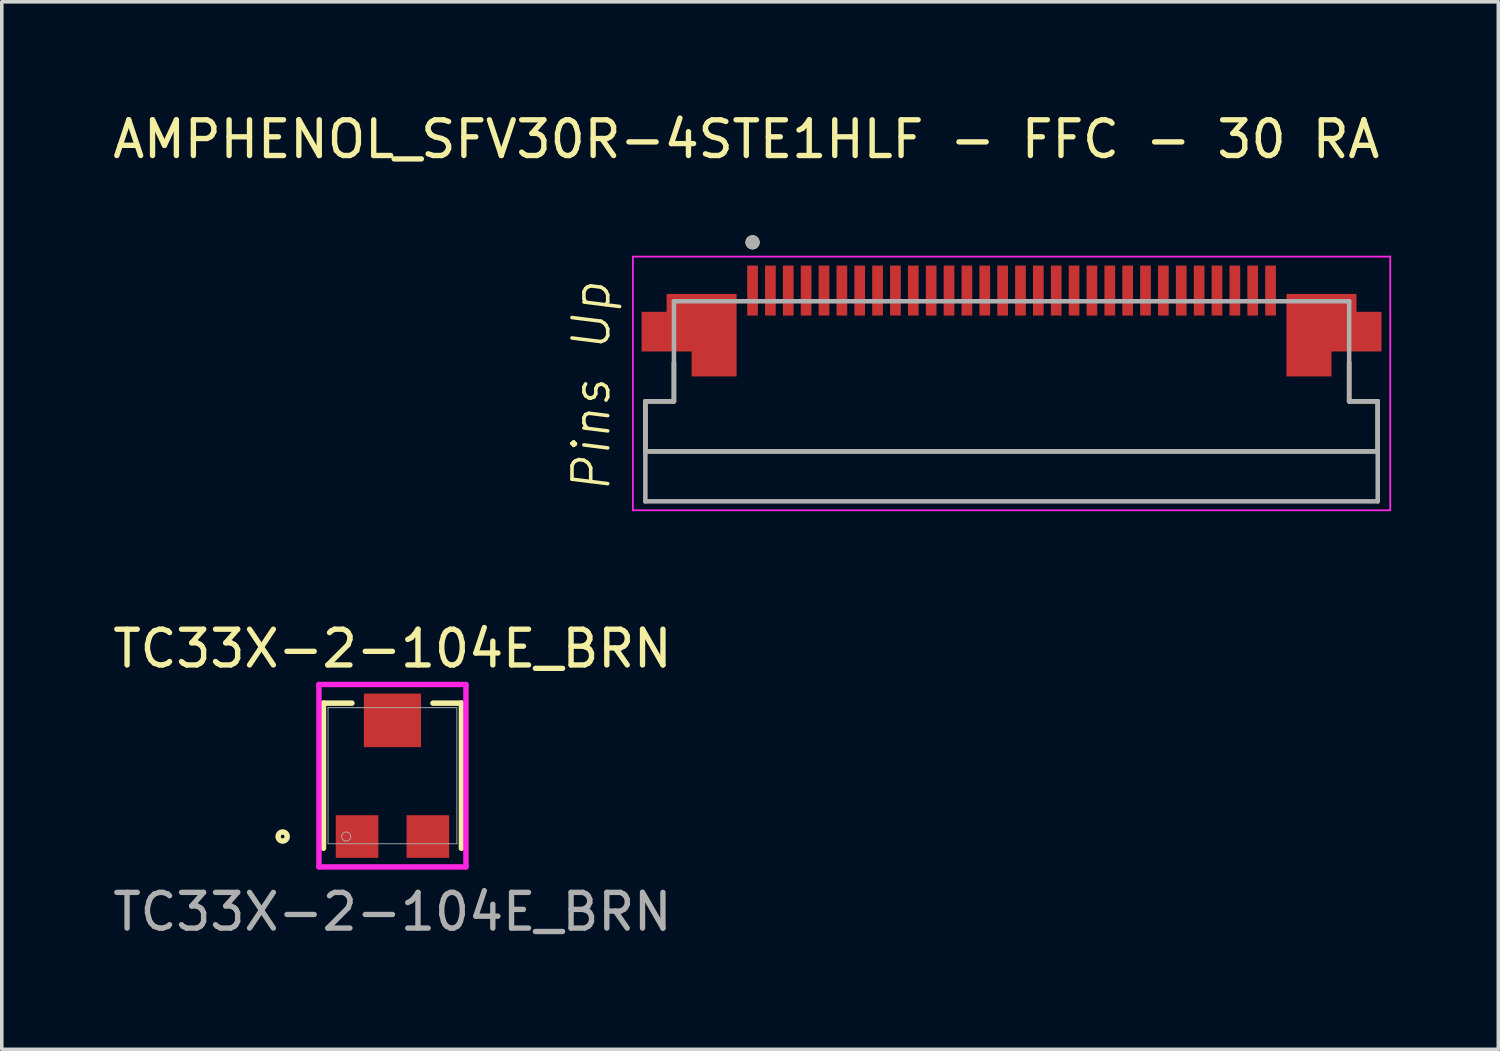
<source format=kicad_pcb>
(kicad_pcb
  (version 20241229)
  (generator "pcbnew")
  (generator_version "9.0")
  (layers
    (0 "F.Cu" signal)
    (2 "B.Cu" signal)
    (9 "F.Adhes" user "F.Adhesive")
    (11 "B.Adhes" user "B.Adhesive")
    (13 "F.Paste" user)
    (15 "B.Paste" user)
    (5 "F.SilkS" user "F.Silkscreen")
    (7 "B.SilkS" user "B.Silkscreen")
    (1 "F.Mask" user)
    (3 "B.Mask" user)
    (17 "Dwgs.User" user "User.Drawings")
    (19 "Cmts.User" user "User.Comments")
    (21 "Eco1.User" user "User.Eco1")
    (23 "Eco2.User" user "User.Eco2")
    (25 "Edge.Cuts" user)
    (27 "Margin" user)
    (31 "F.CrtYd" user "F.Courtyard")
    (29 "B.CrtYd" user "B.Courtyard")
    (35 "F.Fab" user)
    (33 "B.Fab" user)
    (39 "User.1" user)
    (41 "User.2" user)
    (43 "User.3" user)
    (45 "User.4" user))
  (footprint "AMPHENOL_SFV30R-4STE1HLF - FFC - 30 RA"
    (layer "F.Cu")
    (at 25.264 7.483)
    (property "Reference" "AMPHENOL_SFV30R-4STE1HLF - FFC - 30 RA" (at -7.425 -6.635 0) (layer "F.SilkS") (effects (font (size 1 1) (thickness 0.15))))
    (attr smd)
    (fp_poly (pts (xy -7.6 -2.4) (xy -7.6 0.1) (xy -9.05 0.1) (xy -9.05 -0.6) (xy -10.45 -0.6) (xy -10.45 -1.9) (xy -9.75 -1.9) (xy -9.75 -2.4)) (stroke (width 0.01) (type solid)) (fill yes) (layer "F.Mask"))
    (fp_poly (pts (xy 7.6 -2.4) (xy 7.6 0.1) (xy 9.05 0.1) (xy 9.05 -0.6) (xy 10.45 -0.6) (xy 10.45 -1.9) (xy 9.75 -1.9) (xy 9.75 -2.4)) (stroke (width 0.01) (type solid)) (fill yes) (layer "F.Mask"))
    (fp_line (start -10.25 0.7) (end -10.25 2.1) (stroke (width 0.127) (type solid)) (layer "F.SilkS"))
    (fp_line (start -10.25 0.7) (end -9.45 0.7) (stroke (width 0.127) (type solid)) (layer "F.SilkS"))
    (fp_line (start -10.25 2.1) (end 10.25 2.1) (stroke (width 0.127) (type solid)) (layer "F.SilkS"))
    (fp_line (start -9.45 0.7) (end -9.45 -0.38) (stroke (width 0.127) (type solid)) (layer "F.SilkS"))
    (fp_line (start 9.45 0.7) (end 9.45 -0.38) (stroke (width 0.127) (type solid)) (layer "F.SilkS"))
    (fp_line (start 10.25 0.7) (end 9.45 0.7) (stroke (width 0.127) (type solid)) (layer "F.SilkS"))
    (fp_line (start 10.25 2.1) (end 10.25 0.7) (stroke (width 0.127) (type solid)) (layer "F.SilkS"))
    (fp_circle (center -7.25 -3.75) (end -7.15 -3.75) (stroke (width 0.2) (type solid)) (fill no) (layer "F.SilkS"))
    (fp_poly (pts (xy -7.7 -2.3) (xy -7.7 0) (xy -8.95 0) (xy -8.95 -0.7) (xy -10.35 -0.7) (xy -10.35 -1.8) (xy -9.65 -1.8) (xy -9.65 -2.3)) (stroke (width 0.01) (type solid)) (fill yes) (layer "F.Paste"))
    (fp_poly (pts (xy 7.7 -2.3) (xy 7.7 0) (xy 8.95 0) (xy 8.95 -0.7) (xy 10.35 -0.7) (xy 10.35 -1.8) (xy 9.65 -1.8) (xy 9.65 -2.3)) (stroke (width 0.01) (type solid)) (fill yes) (layer "F.Paste"))
    (fp_line (start -10.6 -3.35) (end -10.6 3.75) (stroke (width 0.05) (type solid)) (layer "F.CrtYd"))
    (fp_line (start -10.6 3.75) (end 10.6 3.75) (stroke (width 0.05) (type solid)) (layer "F.CrtYd"))
    (fp_line (start 10.6 -3.35) (end -10.6 -3.35) (stroke (width 0.05) (type solid)) (layer "F.CrtYd"))
    (fp_line (start 10.6 3.75) (end 10.6 -3.35) (stroke (width 0.05) (type solid)) (layer "F.CrtYd"))
    (fp_line (start -10.25 0.7) (end -9.45 0.7) (stroke (width 0.127) (type solid)) (layer "F.Fab"))
    (fp_line (start -10.25 2.1) (end -10.25 0.7) (stroke (width 0.127) (type solid)) (layer "F.Fab"))
    (fp_line (start -10.25 3.5) (end -10.25 2.1) (stroke (width 0.127) (type solid)) (layer "F.Fab"))
    (fp_line (start -9.45 -2.1) (end 9.45 -2.1) (stroke (width 0.127) (type solid)) (layer "F.Fab"))
    (fp_line (start -9.45 0.7) (end -9.45 -2.1) (stroke (width 0.127) (type solid)) (layer "F.Fab"))
    (fp_line (start 9.45 -2.1) (end 9.45 0.7) (stroke (width 0.127) (type solid)) (layer "F.Fab"))
    (fp_line (start 9.45 0.7) (end 10.25 0.7) (stroke (width 0.127) (type solid)) (layer "F.Fab"))
    (fp_line (start 10.25 0.7) (end 10.25 2.1) (stroke (width 0.127) (type solid)) (layer "F.Fab"))
    (fp_line (start 10.25 2.1) (end -10.25 2.1) (stroke (width 0.127) (type solid)) (layer "F.Fab"))
    (fp_line (start 10.25 2.1) (end 10.25 3.5) (stroke (width 0.127) (type solid)) (layer "F.Fab"))
    (fp_line (start 10.25 3.5) (end -10.25 3.5) (stroke (width 0.127) (type solid)) (layer "F.Fab"))
    (fp_circle (center -7.25 -3.75) (end -7.15 -3.75) (stroke (width 0.2) (type solid)) (fill no) (layer "F.Fab"))
    (fp_text user "Pins Up" (at -11.176 3.302 90) (unlocked yes) (layer "F.SilkS") (effects (font (size 1 1) (thickness 0.1) (italic yes)) (justify left bottom)))
    (pad "1" smd rect (at -7.25 -2.4) (size 0.3 1.4) (layers "F.Cu" "F.Mask" "F.Paste"))
    (pad "2" smd rect (at -6.75 -2.4) (size 0.3 1.4) (layers "F.Cu" "F.Mask" "F.Paste"))
    (pad "3" smd rect (at -6.25 -2.4) (size 0.3 1.4) (layers "F.Cu" "F.Mask" "F.Paste"))
    (pad "4" smd rect (at -5.75 -2.4) (size 0.3 1.4) (layers "F.Cu" "F.Mask" "F.Paste"))
    (pad "5" smd rect (at -5.25 -2.4) (size 0.3 1.4) (layers "F.Cu" "F.Mask" "F.Paste"))
    (pad "6" smd rect (at -4.75 -2.4) (size 0.3 1.4) (layers "F.Cu" "F.Mask" "F.Paste"))
    (pad "7" smd rect (at -4.25 -2.4) (size 0.3 1.4) (layers "F.Cu" "F.Mask" "F.Paste"))
    (pad "8" smd rect (at -3.75 -2.4) (size 0.3 1.4) (layers "F.Cu" "F.Mask" "F.Paste"))
    (pad "9" smd rect (at -3.25 -2.4) (size 0.3 1.4) (layers "F.Cu" "F.Mask" "F.Paste"))
    (pad "10" smd rect (at -2.75 -2.4) (size 0.3 1.4) (layers "F.Cu" "F.Mask" "F.Paste"))
    (pad "11" smd rect (at -2.25 -2.4) (size 0.3 1.4) (layers "F.Cu" "F.Mask" "F.Paste"))
    (pad "12" smd rect (at -1.75 -2.4) (size 0.3 1.4) (layers "F.Cu" "F.Mask" "F.Paste"))
    (pad "13" smd rect (at -1.25 -2.4) (size 0.3 1.4) (layers "F.Cu" "F.Mask" "F.Paste"))
    (pad "14" smd rect (at -0.75 -2.4) (size 0.3 1.4) (layers "F.Cu" "F.Mask" "F.Paste"))
    (pad "15" smd rect (at -0.25 -2.4) (size 0.3 1.4) (layers "F.Cu" "F.Mask" "F.Paste"))
    (pad "16" smd rect (at 0.25 -2.4) (size 0.3 1.4) (layers "F.Cu" "F.Mask" "F.Paste"))
    (pad "17" smd rect (at 0.75 -2.4) (size 0.3 1.4) (layers "F.Cu" "F.Mask" "F.Paste"))
    (pad "18" smd rect (at 1.25 -2.4) (size 0.3 1.4) (layers "F.Cu" "F.Mask" "F.Paste"))
    (pad "19" smd rect (at 1.75 -2.4) (size 0.3 1.4) (layers "F.Cu" "F.Mask" "F.Paste"))
    (pad "20" smd rect (at 2.25 -2.4) (size 0.3 1.4) (layers "F.Cu" "F.Mask" "F.Paste"))
    (pad "21" smd rect (at 2.75 -2.4) (size 0.3 1.4) (layers "F.Cu" "F.Mask" "F.Paste"))
    (pad "22" smd rect (at 3.25 -2.4) (size 0.3 1.4) (layers "F.Cu" "F.Mask" "F.Paste"))
    (pad "23" smd rect (at 3.75 -2.4) (size 0.3 1.4) (layers "F.Cu" "F.Mask" "F.Paste"))
    (pad "24" smd rect (at 4.25 -2.4) (size 0.3 1.4) (layers "F.Cu" "F.Mask" "F.Paste"))
    (pad "25" smd rect (at 4.75 -2.4) (size 0.3 1.4) (layers "F.Cu" "F.Mask" "F.Paste"))
    (pad "26" smd rect (at 5.25 -2.4) (size 0.3 1.4) (layers "F.Cu" "F.Mask" "F.Paste"))
    (pad "27" smd rect (at 5.75 -2.4) (size 0.3 1.4) (layers "F.Cu" "F.Mask" "F.Paste"))
    (pad "28" smd rect (at 6.25 -2.4) (size 0.3 1.4) (layers "F.Cu" "F.Mask" "F.Paste"))
    (pad "29" smd rect (at 6.75 -2.4) (size 0.3 1.4) (layers "F.Cu" "F.Mask" "F.Paste"))
    (pad "30" smd rect (at 7.25 -2.4) (size 0.3 1.4) (layers "F.Cu" "F.Mask" "F.Paste"))
    (pad "SH1" smd custom (at -8.675 -1.5) (size 1 1) (layers "F.Cu") (options (anchor rect)) (primitives (gr_poly (pts (xy 0.975 -0.8) (xy 0.975 1.5) (xy -0.275 1.5) (xy -0.275 0.8) (xy -1.675 0.8) (xy -1.675 -0.3) (xy -0.975 -0.3) (xy -0.975 -0.8)) (width 0.01) (fill yes))))
    (pad "SH2" smd custom (at 8.675 -1.5) (size 1 1) (layers "F.Cu") (options (anchor rect)) (primitives (gr_poly (pts (xy -0.975 -0.8) (xy -0.975 1.5) (xy 0.275 1.5) (xy 0.275 0.8) (xy 1.675 0.8) (xy 1.675 -0.3) (xy 0.975 -0.3) (xy 0.975 -0.8)) (width 0.01) (fill yes)))))
  (footprint "TC33X-2-104E_BRN"
    (layer "F.Cu")
    (at 7.935 18.663)
    (property "Reference" "TC33X-2-104E_BRN" (at 0 -3.556 0) (unlocked yes) (layer "F.SilkS") (effects (font (size 1 1) (thickness 0.15))))
    (attr smd)
    (fp_line (start -1.93 -2.032) (end -1.93 2.032) (stroke (width 0.152) (type solid)) (layer "F.SilkS"))
    (fp_line (start -1.133 -2.032) (end -1.93 -2.032) (stroke (width 0.152) (type solid)) (layer "F.SilkS"))
    (fp_line (start 1.93 -2.032) (end 1.133 -2.032) (stroke (width 0.152) (type solid)) (layer "F.SilkS"))
    (fp_line (start 1.93 2.032) (end 1.93 -2.032) (stroke (width 0.152) (type solid)) (layer "F.SilkS"))
    (fp_circle (center -3.073 1.702) (end -2.946 1.702) (stroke (width 0.152) (type solid)) (fill no) (layer "F.SilkS"))
    (fp_line (start -2.057 -2.553) (end 2.057 -2.553) (stroke (width 0.152) (type solid)) (layer "F.CrtYd"))
    (fp_line (start -2.057 2.553) (end -2.057 -2.553) (stroke (width 0.152) (type solid)) (layer "F.CrtYd"))
    (fp_line (start 2.057 -2.553) (end 2.057 2.553) (stroke (width 0.152) (type solid)) (layer "F.CrtYd"))
    (fp_line (start 2.057 2.553) (end -2.057 2.553) (stroke (width 0.152) (type solid)) (layer "F.CrtYd"))
    (fp_line (start -1.803 -1.905) (end -1.803 1.905) (stroke (width 0.025) (type solid)) (layer "F.Fab"))
    (fp_line (start -1.803 1.905) (end 1.803 1.905) (stroke (width 0.025) (type solid)) (layer "F.Fab"))
    (fp_line (start 1.803 -1.905) (end -1.803 -1.905) (stroke (width 0.025) (type solid)) (layer "F.Fab"))
    (fp_line (start 1.803 1.905) (end 1.803 -1.905) (stroke (width 0.025) (type solid)) (layer "F.Fab"))
    (fp_circle (center -1.295 1.702) (end -1.168 1.702) (stroke (width 0.025) (type solid)) (fill no) (layer "F.Fab"))
    (fp_text user "${REFERENCE}" (at 0 3.81 0) (unlocked yes) (layer "F.Fab") (effects (font (size 1 1) (thickness 0.15))))
    (pad "1" smd rect (at -0.991 1.702) (size 1.194 1.194) (layers "F.Cu" "F.Mask" "F.Paste"))
    (pad "2" smd rect (at 0.991 1.702) (size 1.194 1.194) (layers "F.Cu" "F.Mask" "F.Paste"))
    (pad "3" smd rect (at 0 -1.549) (size 1.6 1.499) (layers "F.Cu" "F.Mask" "F.Paste")))
  (gr_rect
    (start -3 -3)
    (end 38.889 26.321)
    (stroke (width 0.1) (type default))
    (fill no)
    (layer "Edge.Cuts")))
</source>
